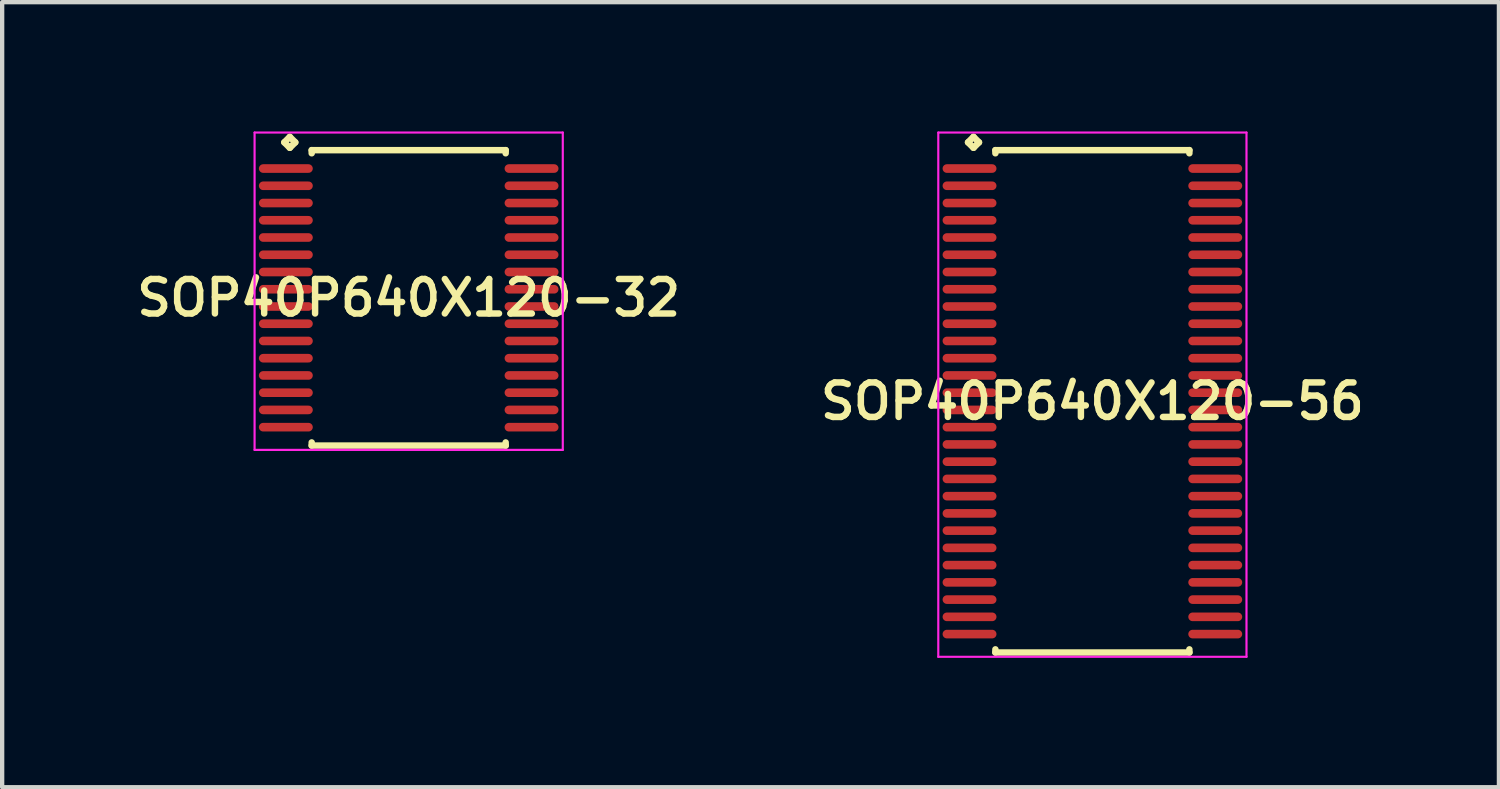
<source format=kicad_pcb>
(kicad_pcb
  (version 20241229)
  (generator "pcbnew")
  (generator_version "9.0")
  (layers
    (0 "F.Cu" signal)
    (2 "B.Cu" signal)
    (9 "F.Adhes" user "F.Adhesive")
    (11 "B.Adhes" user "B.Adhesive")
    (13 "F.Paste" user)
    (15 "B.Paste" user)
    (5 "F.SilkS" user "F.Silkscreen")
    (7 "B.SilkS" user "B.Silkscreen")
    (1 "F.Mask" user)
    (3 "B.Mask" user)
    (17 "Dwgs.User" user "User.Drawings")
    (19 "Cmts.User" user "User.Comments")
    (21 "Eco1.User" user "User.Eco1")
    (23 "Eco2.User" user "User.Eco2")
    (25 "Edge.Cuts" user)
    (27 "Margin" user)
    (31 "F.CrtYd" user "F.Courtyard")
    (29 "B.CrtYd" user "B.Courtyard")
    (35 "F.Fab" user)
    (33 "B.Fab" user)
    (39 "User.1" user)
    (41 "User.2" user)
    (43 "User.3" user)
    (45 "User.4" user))
  (footprint "SOP40P640X120-56"
    (layer "F.Cu")
    (at 22.292 6.26)
    (property "Reference" "SOP40P640X120-56" (at 0 0 0) (layer "F.SilkS") (effects (font (size 0.8 0.8) (thickness 0.15))))
    (attr smd)
    (fp_line (start -2.885 -6.008) (end -2.758 -6.135) (stroke (width 0.15) (type solid)) (layer "F.SilkS"))
    (fp_line (start -2.758 -6.135) (end -2.631 -6.008) (stroke (width 0.15) (type solid)) (layer "F.SilkS"))
    (fp_line (start -2.758 -5.881) (end -2.885 -6.008) (stroke (width 0.15) (type solid)) (layer "F.SilkS"))
    (fp_line (start -2.631 -6.008) (end -2.758 -5.881) (stroke (width 0.15) (type solid)) (layer "F.SilkS"))
    (fp_line (start -2.25 -5.827) (end 2.25 -5.827) (stroke (width 0.15) (type solid)) (layer "F.SilkS"))
    (fp_line (start -2.25 -5.754) (end -2.25 -5.827) (stroke (width 0.15) (type solid)) (layer "F.SilkS"))
    (fp_line (start -2.25 5.754) (end -2.25 5.827) (stroke (width 0.15) (type solid)) (layer "F.SilkS"))
    (fp_line (start -2.25 5.827) (end 2.25 5.827) (stroke (width 0.15) (type solid)) (layer "F.SilkS"))
    (fp_line (start 2.25 -5.827) (end 2.25 -5.754) (stroke (width 0.15) (type solid)) (layer "F.SilkS"))
    (fp_line (start 2.25 5.827) (end 2.25 5.754) (stroke (width 0.15) (type solid)) (layer "F.SilkS"))
    (fp_line (start -3.575 -6.235) (end 3.575 -6.235) (stroke (width 0.05) (type solid)) (layer "F.CrtYd"))
    (fp_line (start -3.575 5.927) (end -3.575 -6.235) (stroke (width 0.05) (type solid)) (layer "F.CrtYd"))
    (fp_line (start 3.575 -6.235) (end 3.575 5.927) (stroke (width 0.05) (type solid)) (layer "F.CrtYd"))
    (fp_line (start 3.575 5.927) (end -3.575 5.927) (stroke (width 0.05) (type solid)) (layer "F.CrtYd"))
    (pad "1" smd oval (at -2.85 -5.4) (size 1.25 0.2) (layers "F.Cu" "F.Mask" "F.Paste"))
    (pad "2" smd oval (at -2.85 -5) (size 1.25 0.2) (layers "F.Cu" "F.Mask" "F.Paste"))
    (pad "3" smd oval (at -2.85 -4.6) (size 1.25 0.2) (layers "F.Cu" "F.Mask" "F.Paste"))
    (pad "4" smd oval (at -2.85 -4.2) (size 1.25 0.2) (layers "F.Cu" "F.Mask" "F.Paste"))
    (pad "5" smd oval (at -2.85 -3.8) (size 1.25 0.2) (layers "F.Cu" "F.Mask" "F.Paste"))
    (pad "6" smd oval (at -2.85 -3.4) (size 1.25 0.2) (layers "F.Cu" "F.Mask" "F.Paste"))
    (pad "7" smd oval (at -2.85 -3) (size 1.25 0.2) (layers "F.Cu" "F.Mask" "F.Paste"))
    (pad "8" smd oval (at -2.85 -2.6) (size 1.25 0.2) (layers "F.Cu" "F.Mask" "F.Paste"))
    (pad "9" smd oval (at -2.85 -2.2) (size 1.25 0.2) (layers "F.Cu" "F.Mask" "F.Paste"))
    (pad "10" smd oval (at -2.85 -1.8) (size 1.25 0.2) (layers "F.Cu" "F.Mask" "F.Paste"))
    (pad "11" smd oval (at -2.85 -1.4) (size 1.25 0.2) (layers "F.Cu" "F.Mask" "F.Paste"))
    (pad "12" smd oval (at -2.85 -1) (size 1.25 0.2) (layers "F.Cu" "F.Mask" "F.Paste"))
    (pad "13" smd oval (at -2.85 -0.6) (size 1.25 0.2) (layers "F.Cu" "F.Mask" "F.Paste"))
    (pad "14" smd oval (at -2.85 -0.2) (size 1.25 0.2) (layers "F.Cu" "F.Mask" "F.Paste"))
    (pad "15" smd oval (at -2.85 0.2) (size 1.25 0.2) (layers "F.Cu" "F.Mask" "F.Paste"))
    (pad "16" smd oval (at -2.85 0.6) (size 1.25 0.2) (layers "F.Cu" "F.Mask" "F.Paste"))
    (pad "17" smd oval (at -2.85 1) (size 1.25 0.2) (layers "F.Cu" "F.Mask" "F.Paste"))
    (pad "18" smd oval (at -2.85 1.4) (size 1.25 0.2) (layers "F.Cu" "F.Mask" "F.Paste"))
    (pad "19" smd oval (at -2.85 1.8) (size 1.25 0.2) (layers "F.Cu" "F.Mask" "F.Paste"))
    (pad "20" smd oval (at -2.85 2.2) (size 1.25 0.2) (layers "F.Cu" "F.Mask" "F.Paste"))
    (pad "21" smd oval (at -2.85 2.6) (size 1.25 0.2) (layers "F.Cu" "F.Mask" "F.Paste"))
    (pad "22" smd oval (at -2.85 3) (size 1.25 0.2) (layers "F.Cu" "F.Mask" "F.Paste"))
    (pad "23" smd oval (at -2.85 3.4) (size 1.25 0.2) (layers "F.Cu" "F.Mask" "F.Paste"))
    (pad "24" smd oval (at -2.85 3.8) (size 1.25 0.2) (layers "F.Cu" "F.Mask" "F.Paste"))
    (pad "25" smd oval (at -2.85 4.2) (size 1.25 0.2) (layers "F.Cu" "F.Mask" "F.Paste"))
    (pad "26" smd oval (at -2.85 4.6) (size 1.25 0.2) (layers "F.Cu" "F.Mask" "F.Paste"))
    (pad "27" smd oval (at -2.85 5) (size 1.25 0.2) (layers "F.Cu" "F.Mask" "F.Paste"))
    (pad "28" smd oval (at -2.85 5.4) (size 1.25 0.2) (layers "F.Cu" "F.Mask" "F.Paste"))
    (pad "29" smd oval (at 2.85 5.4) (size 1.25 0.2) (layers "F.Cu" "F.Mask" "F.Paste"))
    (pad "30" smd oval (at 2.85 5) (size 1.25 0.2) (layers "F.Cu" "F.Mask" "F.Paste"))
    (pad "31" smd oval (at 2.85 4.6) (size 1.25 0.2) (layers "F.Cu" "F.Mask" "F.Paste"))
    (pad "32" smd oval (at 2.85 4.2) (size 1.25 0.2) (layers "F.Cu" "F.Mask" "F.Paste"))
    (pad "33" smd oval (at 2.85 3.8) (size 1.25 0.2) (layers "F.Cu" "F.Mask" "F.Paste"))
    (pad "34" smd oval (at 2.85 3.4) (size 1.25 0.2) (layers "F.Cu" "F.Mask" "F.Paste"))
    (pad "35" smd oval (at 2.85 3) (size 1.25 0.2) (layers "F.Cu" "F.Mask" "F.Paste"))
    (pad "36" smd oval (at 2.85 2.6) (size 1.25 0.2) (layers "F.Cu" "F.Mask" "F.Paste"))
    (pad "37" smd oval (at 2.85 2.2) (size 1.25 0.2) (layers "F.Cu" "F.Mask" "F.Paste"))
    (pad "38" smd oval (at 2.85 1.8) (size 1.25 0.2) (layers "F.Cu" "F.Mask" "F.Paste"))
    (pad "39" smd oval (at 2.85 1.4) (size 1.25 0.2) (layers "F.Cu" "F.Mask" "F.Paste"))
    (pad "40" smd oval (at 2.85 1) (size 1.25 0.2) (layers "F.Cu" "F.Mask" "F.Paste"))
    (pad "41" smd oval (at 2.85 0.6) (size 1.25 0.2) (layers "F.Cu" "F.Mask" "F.Paste"))
    (pad "42" smd oval (at 2.85 0.2) (size 1.25 0.2) (layers "F.Cu" "F.Mask" "F.Paste"))
    (pad "43" smd oval (at 2.85 -0.2) (size 1.25 0.2) (layers "F.Cu" "F.Mask" "F.Paste"))
    (pad "44" smd oval (at 2.85 -0.6) (size 1.25 0.2) (layers "F.Cu" "F.Mask" "F.Paste"))
    (pad "45" smd oval (at 2.85 -1) (size 1.25 0.2) (layers "F.Cu" "F.Mask" "F.Paste"))
    (pad "46" smd oval (at 2.85 -1.4) (size 1.25 0.2) (layers "F.Cu" "F.Mask" "F.Paste"))
    (pad "47" smd oval (at 2.85 -1.8) (size 1.25 0.2) (layers "F.Cu" "F.Mask" "F.Paste"))
    (pad "48" smd oval (at 2.85 -2.2) (size 1.25 0.2) (layers "F.Cu" "F.Mask" "F.Paste"))
    (pad "49" smd oval (at 2.85 -2.6) (size 1.25 0.2) (layers "F.Cu" "F.Mask" "F.Paste"))
    (pad "50" smd oval (at 2.85 -3) (size 1.25 0.2) (layers "F.Cu" "F.Mask" "F.Paste"))
    (pad "51" smd oval (at 2.85 -3.4) (size 1.25 0.2) (layers "F.Cu" "F.Mask" "F.Paste"))
    (pad "52" smd oval (at 2.85 -3.8) (size 1.25 0.2) (layers "F.Cu" "F.Mask" "F.Paste"))
    (pad "53" smd oval (at 2.85 -4.2) (size 1.25 0.2) (layers "F.Cu" "F.Mask" "F.Paste"))
    (pad "54" smd oval (at 2.85 -4.6) (size 1.25 0.2) (layers "F.Cu" "F.Mask" "F.Paste"))
    (pad "55" smd oval (at 2.85 -5) (size 1.25 0.2) (layers "F.Cu" "F.Mask" "F.Paste"))
    (pad "56" smd oval (at 2.85 -5.4) (size 1.25 0.2) (layers "F.Cu" "F.Mask" "F.Paste")))
  (footprint "SOP40P640X120-32"
    (layer "F.Cu")
    (at 6.431 3.86)
    (property "Reference" "SOP40P640X120-32" (at 0 0 0) (layer "F.SilkS") (effects (font (size 0.8 0.8) (thickness 0.15))))
    (attr smd)
    (fp_line (start -2.885 -3.608) (end -2.758 -3.735) (stroke (width 0.15) (type solid)) (layer "F.SilkS"))
    (fp_line (start -2.758 -3.735) (end -2.631 -3.608) (stroke (width 0.15) (type solid)) (layer "F.SilkS"))
    (fp_line (start -2.758 -3.481) (end -2.885 -3.608) (stroke (width 0.15) (type solid)) (layer "F.SilkS"))
    (fp_line (start -2.631 -3.608) (end -2.758 -3.481) (stroke (width 0.15) (type solid)) (layer "F.SilkS"))
    (fp_line (start -2.25 -3.427) (end 2.25 -3.427) (stroke (width 0.15) (type solid)) (layer "F.SilkS"))
    (fp_line (start -2.25 -3.354) (end -2.25 -3.427) (stroke (width 0.15) (type solid)) (layer "F.SilkS"))
    (fp_line (start -2.25 3.354) (end -2.25 3.427) (stroke (width 0.15) (type solid)) (layer "F.SilkS"))
    (fp_line (start -2.25 3.427) (end 2.25 3.427) (stroke (width 0.15) (type solid)) (layer "F.SilkS"))
    (fp_line (start 2.25 -3.427) (end 2.25 -3.354) (stroke (width 0.15) (type solid)) (layer "F.SilkS"))
    (fp_line (start 2.25 3.427) (end 2.25 3.354) (stroke (width 0.15) (type solid)) (layer "F.SilkS"))
    (fp_line (start -3.575 -3.835) (end 3.575 -3.835) (stroke (width 0.05) (type solid)) (layer "F.CrtYd"))
    (fp_line (start -3.575 3.527) (end -3.575 -3.835) (stroke (width 0.05) (type solid)) (layer "F.CrtYd"))
    (fp_line (start 3.575 -3.835) (end 3.575 3.527) (stroke (width 0.05) (type solid)) (layer "F.CrtYd"))
    (fp_line (start 3.575 3.527) (end -3.575 3.527) (stroke (width 0.05) (type solid)) (layer "F.CrtYd"))
    (pad "1" smd oval (at -2.85 -3) (size 1.25 0.2) (layers "F.Cu" "F.Mask" "F.Paste"))
    (pad "2" smd oval (at -2.85 -2.6) (size 1.25 0.2) (layers "F.Cu" "F.Mask" "F.Paste"))
    (pad "3" smd oval (at -2.85 -2.2) (size 1.25 0.2) (layers "F.Cu" "F.Mask" "F.Paste"))
    (pad "4" smd oval (at -2.85 -1.8) (size 1.25 0.2) (layers "F.Cu" "F.Mask" "F.Paste"))
    (pad "5" smd oval (at -2.85 -1.4) (size 1.25 0.2) (layers "F.Cu" "F.Mask" "F.Paste"))
    (pad "6" smd oval (at -2.85 -1) (size 1.25 0.2) (layers "F.Cu" "F.Mask" "F.Paste"))
    (pad "7" smd oval (at -2.85 -0.6) (size 1.25 0.2) (layers "F.Cu" "F.Mask" "F.Paste"))
    (pad "8" smd oval (at -2.85 -0.2) (size 1.25 0.2) (layers "F.Cu" "F.Mask" "F.Paste"))
    (pad "9" smd oval (at -2.85 0.2) (size 1.25 0.2) (layers "F.Cu" "F.Mask" "F.Paste"))
    (pad "10" smd oval (at -2.85 0.6) (size 1.25 0.2) (layers "F.Cu" "F.Mask" "F.Paste"))
    (pad "11" smd oval (at -2.85 1) (size 1.25 0.2) (layers "F.Cu" "F.Mask" "F.Paste"))
    (pad "12" smd oval (at -2.85 1.4) (size 1.25 0.2) (layers "F.Cu" "F.Mask" "F.Paste"))
    (pad "13" smd oval (at -2.85 1.8) (size 1.25 0.2) (layers "F.Cu" "F.Mask" "F.Paste"))
    (pad "14" smd oval (at -2.85 2.2) (size 1.25 0.2) (layers "F.Cu" "F.Mask" "F.Paste"))
    (pad "15" smd oval (at -2.85 2.6) (size 1.25 0.2) (layers "F.Cu" "F.Mask" "F.Paste"))
    (pad "16" smd oval (at -2.85 3) (size 1.25 0.2) (layers "F.Cu" "F.Mask" "F.Paste"))
    (pad "17" smd oval (at 2.85 3) (size 1.25 0.2) (layers "F.Cu" "F.Mask" "F.Paste"))
    (pad "18" smd oval (at 2.85 2.6) (size 1.25 0.2) (layers "F.Cu" "F.Mask" "F.Paste"))
    (pad "19" smd oval (at 2.85 2.2) (size 1.25 0.2) (layers "F.Cu" "F.Mask" "F.Paste"))
    (pad "20" smd oval (at 2.85 1.8) (size 1.25 0.2) (layers "F.Cu" "F.Mask" "F.Paste"))
    (pad "21" smd oval (at 2.85 1.4) (size 1.25 0.2) (layers "F.Cu" "F.Mask" "F.Paste"))
    (pad "22" smd oval (at 2.85 1) (size 1.25 0.2) (layers "F.Cu" "F.Mask" "F.Paste"))
    (pad "23" smd oval (at 2.85 0.6) (size 1.25 0.2) (layers "F.Cu" "F.Mask" "F.Paste"))
    (pad "24" smd oval (at 2.85 0.2) (size 1.25 0.2) (layers "F.Cu" "F.Mask" "F.Paste"))
    (pad "25" smd oval (at 2.85 -0.2) (size 1.25 0.2) (layers "F.Cu" "F.Mask" "F.Paste"))
    (pad "26" smd oval (at 2.85 -0.6) (size 1.25 0.2) (layers "F.Cu" "F.Mask" "F.Paste"))
    (pad "27" smd oval (at 2.85 -1) (size 1.25 0.2) (layers "F.Cu" "F.Mask" "F.Paste"))
    (pad "28" smd oval (at 2.85 -1.4) (size 1.25 0.2) (layers "F.Cu" "F.Mask" "F.Paste"))
    (pad "29" smd oval (at 2.85 -1.8) (size 1.25 0.2) (layers "F.Cu" "F.Mask" "F.Paste"))
    (pad "30" smd oval (at 2.85 -2.2) (size 1.25 0.2) (layers "F.Cu" "F.Mask" "F.Paste"))
    (pad "31" smd oval (at 2.85 -2.6) (size 1.25 0.2) (layers "F.Cu" "F.Mask" "F.Paste"))
    (pad "32" smd oval (at 2.85 -3) (size 1.25 0.2) (layers "F.Cu" "F.Mask" "F.Paste")))
  (gr_rect
    (start -3 -3)
    (end 31.723 15.212)
    (stroke (width 0.1) (type default))
    (fill no)
    (layer "Edge.Cuts")))
</source>
